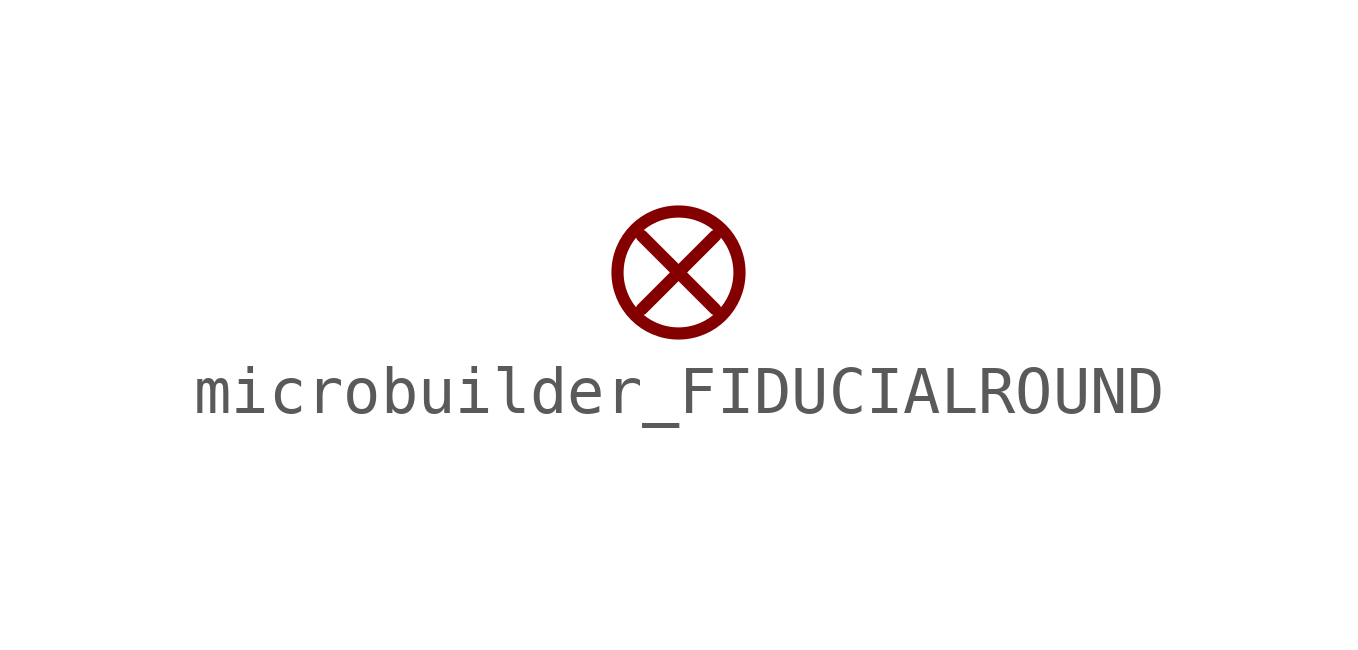
<source format=kicad_sym>
(kicad_symbol_lib
  (version 20231120)
  (generator "kicad_symbol_editor")
  (generator_version "8.0")
  (symbol "microbuilder_FIDUCIALROUND"
    (property "Reference" "FID"
      (at 0 0 0)
      (effects (font (size 1.27 1.27)) (hide yes)))
    (property "ki_locked" ""
      (at 0 0 0)
      (effects (font (size 1.27 1.27))))
    (symbol "microbuilder_FIDUCIALROUND_1_0"
      (polyline (pts (xy -0.762 0.762) (xy 0.762 -0.762)) (stroke (width 0.254) (type solid)) (fill (type none)))
      (polyline (pts (xy 0.762 0.762) (xy -0.762 -0.762)) (stroke (width 0.254) (type solid)) (fill (type none)))
      (circle (center 0 0) (radius 1.27) (stroke (width 0.254) (type solid)) (fill (type none))))))
</source>
